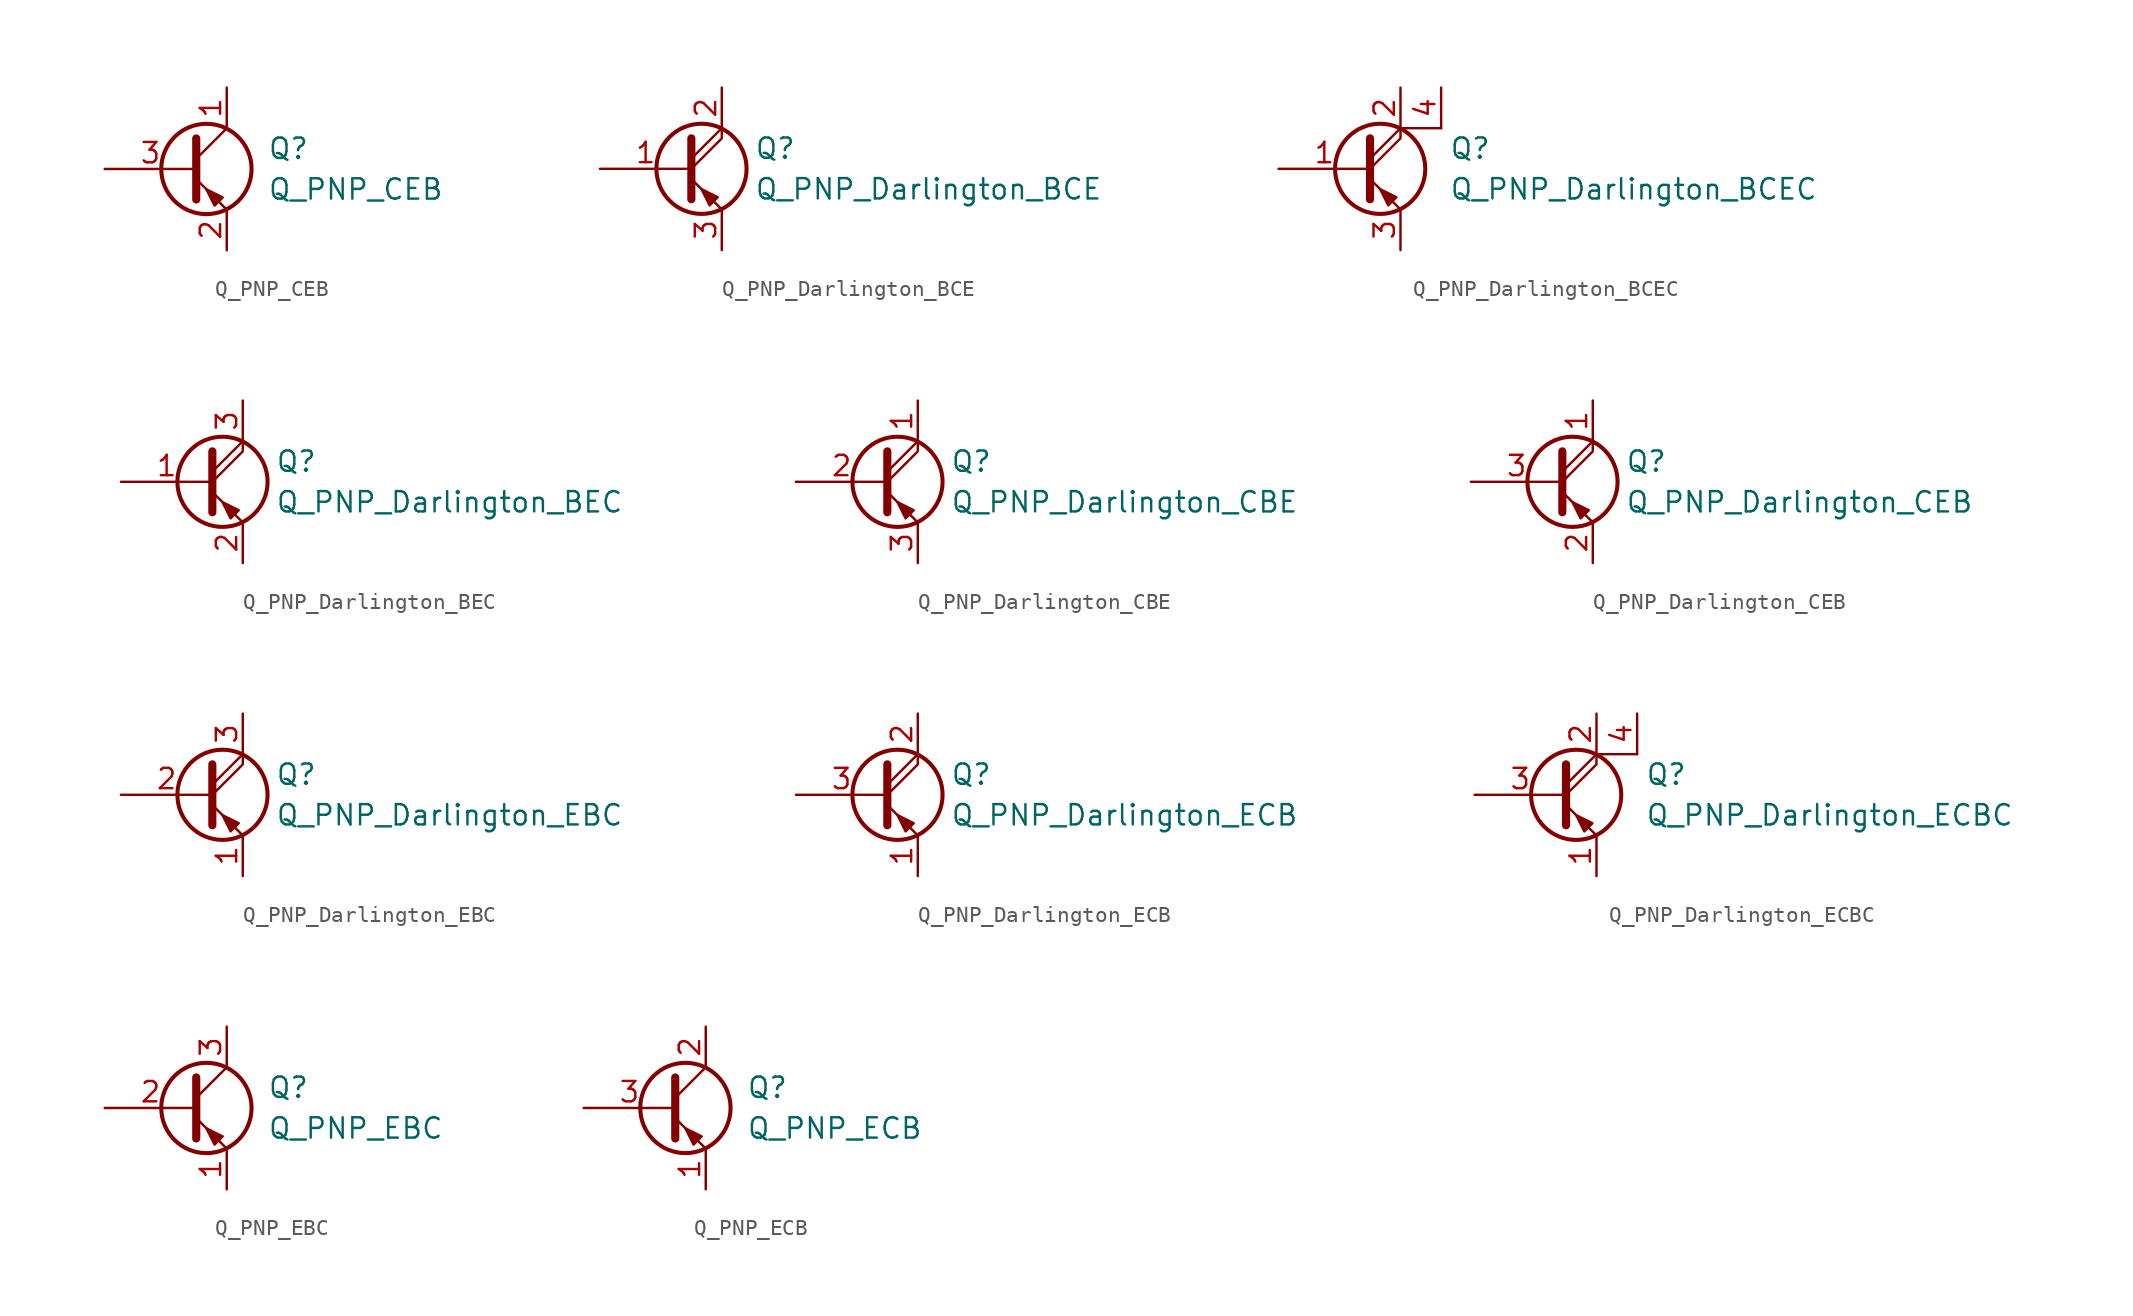
<source format=kicad_sym>
(kicad_symbol_lib
  (version 20241209)
  (generator "kicad_symbol_editor")
  (generator_version "9.0")
  (symbol "Q_PNP_CEB"
    (pin_names
      (offset 0)
      (hide yes))
    (property "Reference" "Q"
      (at 5.08 1.27 0)
      (effects (font (size 1.27 1.27)) (justify left)))
    (property "Value" "Q_PNP_CEB"
      (at 5.08 -1.27 0)
      (effects (font (size 1.27 1.27)) (justify left)))
    (symbol "Q_PNP_CEB_0_1"
      (polyline (pts (xy 0.635 1.905) (xy 0.635 -1.905) (xy 0.635 -1.905)) (stroke (width 0.508) (type solid)) (fill (type none)))
      (polyline (pts (xy 0.635 0.635) (xy 2.54 2.54)) (stroke (width 0) (type solid)) (fill (type none)))
      (polyline (pts (xy 0.635 -0.635) (xy 2.54 -2.54) (xy 2.54 -2.54)) (stroke (width 0) (type solid)) (fill (type none)))
      (circle (center 1.27 0) (radius 2.819) (stroke (width 0.254) (type solid)) (fill (type none)))
      (polyline (pts (xy 2.286 -1.778) (xy 1.778 -2.286) (xy 1.27 -1.27) (xy 2.286 -1.778) (xy 2.286 -1.778)) (stroke (width 0) (type solid)) (fill (type outline))))
    (symbol "Q_PNP_CEB_1_1"
      (pin input line (at -5.08 0 0) (length 5.715) (name "B" (effects (font (size 1.27 1.27)))) (number "3" (effects (font (size 1.27 1.27)))))
      (pin passive line (at 2.54 5.08 270) (length 2.54) (name "C" (effects (font (size 1.27 1.27)))) (number "1" (effects (font (size 1.27 1.27)))))
      (pin passive line (at 2.54 -5.08 90) (length 2.54) (name "E" (effects (font (size 1.27 1.27)))) (number "2" (effects (font (size 1.27 1.27)))))))
  (symbol "Q_PNP_Darlington_BCE"
    (pin_names
      (offset 0)
      (hide yes))
    (property "Reference" "Q"
      (at 4.572 1.27 0)
      (effects (font (size 1.27 1.27)) (justify left)))
    (property "Value" "Q_PNP_Darlington_BCE"
      (at 4.572 -1.27 0)
      (effects (font (size 1.27 1.27)) (justify left)))
    (symbol "Q_PNP_Darlington_BCE_0_1"
      (polyline (pts (xy 0.635 1.905) (xy 0.635 -1.905) (xy 0.635 -1.905)) (stroke (width 0.508) (type solid)) (fill (type none)))
      (polyline (pts (xy 0.635 0.635) (xy 2.54 2.54)) (stroke (width 0) (type solid)) (fill (type none)))
      (polyline (pts (xy 0.635 0) (xy 2.54 1.905) (xy 2.54 2.54)) (stroke (width 0) (type solid)) (fill (type none)))
      (polyline (pts (xy 0.635 -0.635) (xy 2.54 -2.54) (xy 2.54 -2.54)) (stroke (width 0) (type solid)) (fill (type none)))
      (circle (center 1.27 0) (radius 2.819) (stroke (width 0.254) (type solid)) (fill (type none)))
      (polyline (pts (xy 2.286 -1.778) (xy 1.778 -2.286) (xy 1.27 -1.27) (xy 2.286 -1.778) (xy 2.286 -1.778)) (stroke (width 0) (type solid)) (fill (type outline))))
    (symbol "Q_PNP_Darlington_BCE_1_1"
      (pin input line (at -5.08 0 0) (length 5.715) (name "B" (effects (font (size 1.27 1.27)))) (number "1" (effects (font (size 1.27 1.27)))))
      (pin passive line (at 2.54 5.08 270) (length 2.54) (name "C" (effects (font (size 1.27 1.27)))) (number "2" (effects (font (size 1.27 1.27)))))
      (pin passive line (at 2.54 -5.08 90) (length 2.54) (name "E" (effects (font (size 1.27 1.27)))) (number "3" (effects (font (size 1.27 1.27)))))))
  (symbol "Q_PNP_Darlington_BCEC"
    (pin_names
      (offset 0)
      (hide yes))
    (property "Reference" "Q"
      (at 5.588 1.27 0)
      (effects (font (size 1.27 1.27)) (justify left)))
    (property "Value" "Q_PNP_Darlington_BCEC"
      (at 5.588 -1.27 0)
      (effects (font (size 1.27 1.27)) (justify left)))
    (symbol "Q_PNP_Darlington_BCEC_0_1"
      (polyline (pts (xy 0.635 1.905) (xy 0.635 -1.905) (xy 0.635 -1.905)) (stroke (width 0.508) (type solid)) (fill (type none)))
      (polyline (pts (xy 0.635 0.635) (xy 2.54 2.54)) (stroke (width 0) (type solid)) (fill (type none)))
      (polyline (pts (xy 0.635 0) (xy 2.54 1.905) (xy 2.54 2.54)) (stroke (width 0) (type solid)) (fill (type none)))
      (polyline (pts (xy 0.635 -0.635) (xy 2.54 -2.54) (xy 2.54 -2.54)) (stroke (width 0) (type solid)) (fill (type none)))
      (circle (center 1.27 0) (radius 2.819) (stroke (width 0.254) (type solid)) (fill (type none)))
      (polyline (pts (xy 2.286 -1.778) (xy 1.778 -2.286) (xy 1.27 -1.27) (xy 2.286 -1.778) (xy 2.286 -1.778)) (stroke (width 0) (type solid)) (fill (type outline)))
      (polyline (pts (xy 5.08 2.54) (xy 2.54 2.54)) (stroke (width 0) (type solid)) (fill (type none))))
    (symbol "Q_PNP_Darlington_BCEC_1_1"
      (pin input line (at -5.08 0 0) (length 5.715) (name "B" (effects (font (size 1.27 1.27)))) (number "1" (effects (font (size 1.27 1.27)))))
      (pin passive line (at 2.54 5.08 270) (length 2.54) (name "C" (effects (font (size 1.27 1.27)))) (number "2" (effects (font (size 1.27 1.27)))))
      (pin passive line (at 2.54 -5.08 90) (length 2.54) (name "E" (effects (font (size 1.27 1.27)))) (number "3" (effects (font (size 1.27 1.27)))))
      (pin passive line (at 5.08 5.08 270) (length 2.54) (name "C" (effects (font (size 1.27 1.27)))) (number "4" (effects (font (size 1.27 1.27)))))))
  (symbol "Q_PNP_Darlington_BEC"
    (pin_names
      (offset 0)
      (hide yes))
    (property "Reference" "Q"
      (at 4.572 1.27 0)
      (effects (font (size 1.27 1.27)) (justify left)))
    (property "Value" "Q_PNP_Darlington_BEC"
      (at 4.572 -1.27 0)
      (effects (font (size 1.27 1.27)) (justify left)))
    (symbol "Q_PNP_Darlington_BEC_0_1"
      (polyline (pts (xy 0.635 1.905) (xy 0.635 -1.905) (xy 0.635 -1.905)) (stroke (width 0.508) (type solid)) (fill (type none)))
      (polyline (pts (xy 0.635 0.635) (xy 2.54 2.54)) (stroke (width 0) (type solid)) (fill (type none)))
      (polyline (pts (xy 0.635 0) (xy 2.54 1.905) (xy 2.54 2.54)) (stroke (width 0) (type solid)) (fill (type none)))
      (polyline (pts (xy 0.635 -0.635) (xy 2.54 -2.54) (xy 2.54 -2.54)) (stroke (width 0) (type solid)) (fill (type none)))
      (circle (center 1.27 0) (radius 2.819) (stroke (width 0.254) (type solid)) (fill (type none)))
      (polyline (pts (xy 2.286 -1.778) (xy 1.778 -2.286) (xy 1.27 -1.27) (xy 2.286 -1.778) (xy 2.286 -1.778)) (stroke (width 0) (type solid)) (fill (type outline))))
    (symbol "Q_PNP_Darlington_BEC_1_1"
      (pin input line (at -5.08 0 0) (length 5.715) (name "B" (effects (font (size 1.27 1.27)))) (number "1" (effects (font (size 1.27 1.27)))))
      (pin passive line (at 2.54 5.08 270) (length 2.54) (name "C" (effects (font (size 1.27 1.27)))) (number "3" (effects (font (size 1.27 1.27)))))
      (pin passive line (at 2.54 -5.08 90) (length 2.54) (name "E" (effects (font (size 1.27 1.27)))) (number "2" (effects (font (size 1.27 1.27)))))))
  (symbol "Q_PNP_Darlington_CBE"
    (pin_names
      (offset 0)
      (hide yes))
    (property "Reference" "Q"
      (at 4.572 1.27 0)
      (effects (font (size 1.27 1.27)) (justify left)))
    (property "Value" "Q_PNP_Darlington_CBE"
      (at 4.572 -1.27 0)
      (effects (font (size 1.27 1.27)) (justify left)))
    (symbol "Q_PNP_Darlington_CBE_0_1"
      (polyline (pts (xy 0.635 1.905) (xy 0.635 -1.905) (xy 0.635 -1.905)) (stroke (width 0.508) (type solid)) (fill (type none)))
      (polyline (pts (xy 0.635 0.635) (xy 2.54 2.54)) (stroke (width 0) (type solid)) (fill (type none)))
      (polyline (pts (xy 0.635 0) (xy 2.54 1.905) (xy 2.54 2.54)) (stroke (width 0) (type solid)) (fill (type none)))
      (polyline (pts (xy 0.635 -0.635) (xy 2.54 -2.54) (xy 2.54 -2.54)) (stroke (width 0) (type solid)) (fill (type none)))
      (circle (center 1.27 0) (radius 2.819) (stroke (width 0.254) (type solid)) (fill (type none)))
      (polyline (pts (xy 2.286 -1.778) (xy 1.778 -2.286) (xy 1.27 -1.27) (xy 2.286 -1.778) (xy 2.286 -1.778)) (stroke (width 0) (type solid)) (fill (type outline))))
    (symbol "Q_PNP_Darlington_CBE_1_1"
      (pin input line (at -5.08 0 0) (length 5.715) (name "B" (effects (font (size 1.27 1.27)))) (number "2" (effects (font (size 1.27 1.27)))))
      (pin passive line (at 2.54 5.08 270) (length 2.54) (name "C" (effects (font (size 1.27 1.27)))) (number "1" (effects (font (size 1.27 1.27)))))
      (pin passive line (at 2.54 -5.08 90) (length 2.54) (name "E" (effects (font (size 1.27 1.27)))) (number "3" (effects (font (size 1.27 1.27)))))))
  (symbol "Q_PNP_Darlington_CEB"
    (pin_names
      (offset 0)
      (hide yes))
    (property "Reference" "Q"
      (at 4.572 1.27 0)
      (effects (font (size 1.27 1.27)) (justify left)))
    (property "Value" "Q_PNP_Darlington_CEB"
      (at 4.572 -1.27 0)
      (effects (font (size 1.27 1.27)) (justify left)))
    (symbol "Q_PNP_Darlington_CEB_0_1"
      (polyline (pts (xy 0.635 1.905) (xy 0.635 -1.905) (xy 0.635 -1.905)) (stroke (width 0.508) (type solid)) (fill (type none)))
      (polyline (pts (xy 0.635 0.635) (xy 2.54 2.54)) (stroke (width 0) (type solid)) (fill (type none)))
      (polyline (pts (xy 0.635 0) (xy 2.54 1.905) (xy 2.54 2.54)) (stroke (width 0) (type solid)) (fill (type none)))
      (polyline (pts (xy 0.635 -0.635) (xy 2.54 -2.54) (xy 2.54 -2.54)) (stroke (width 0) (type solid)) (fill (type none)))
      (circle (center 1.27 0) (radius 2.819) (stroke (width 0.254) (type solid)) (fill (type none)))
      (polyline (pts (xy 2.286 -1.778) (xy 1.778 -2.286) (xy 1.27 -1.27) (xy 2.286 -1.778) (xy 2.286 -1.778)) (stroke (width 0) (type solid)) (fill (type outline))))
    (symbol "Q_PNP_Darlington_CEB_1_1"
      (pin input line (at -5.08 0 0) (length 5.715) (name "B" (effects (font (size 1.27 1.27)))) (number "3" (effects (font (size 1.27 1.27)))))
      (pin passive line (at 2.54 5.08 270) (length 2.54) (name "C" (effects (font (size 1.27 1.27)))) (number "1" (effects (font (size 1.27 1.27)))))
      (pin passive line (at 2.54 -5.08 90) (length 2.54) (name "E" (effects (font (size 1.27 1.27)))) (number "2" (effects (font (size 1.27 1.27)))))))
  (symbol "Q_PNP_Darlington_EBC"
    (pin_names
      (offset 0)
      (hide yes))
    (property "Reference" "Q"
      (at 4.572 1.27 0)
      (effects (font (size 1.27 1.27)) (justify left)))
    (property "Value" "Q_PNP_Darlington_EBC"
      (at 4.572 -1.27 0)
      (effects (font (size 1.27 1.27)) (justify left)))
    (symbol "Q_PNP_Darlington_EBC_0_1"
      (polyline (pts (xy 0.635 1.905) (xy 0.635 -1.905) (xy 0.635 -1.905)) (stroke (width 0.508) (type solid)) (fill (type none)))
      (polyline (pts (xy 0.635 0.635) (xy 2.54 2.54)) (stroke (width 0) (type solid)) (fill (type none)))
      (polyline (pts (xy 0.635 0) (xy 2.54 1.905) (xy 2.54 2.54)) (stroke (width 0) (type solid)) (fill (type none)))
      (polyline (pts (xy 0.635 -0.635) (xy 2.54 -2.54) (xy 2.54 -2.54)) (stroke (width 0) (type solid)) (fill (type none)))
      (circle (center 1.27 0) (radius 2.819) (stroke (width 0.254) (type solid)) (fill (type none)))
      (polyline (pts (xy 2.286 -1.778) (xy 1.778 -2.286) (xy 1.27 -1.27) (xy 2.286 -1.778) (xy 2.286 -1.778)) (stroke (width 0) (type solid)) (fill (type outline))))
    (symbol "Q_PNP_Darlington_EBC_1_1"
      (pin input line (at -5.08 0 0) (length 5.715) (name "B" (effects (font (size 1.27 1.27)))) (number "2" (effects (font (size 1.27 1.27)))))
      (pin passive line (at 2.54 5.08 270) (length 2.54) (name "C" (effects (font (size 1.27 1.27)))) (number "3" (effects (font (size 1.27 1.27)))))
      (pin passive line (at 2.54 -5.08 90) (length 2.54) (name "E" (effects (font (size 1.27 1.27)))) (number "1" (effects (font (size 1.27 1.27)))))))
  (symbol "Q_PNP_Darlington_ECB"
    (pin_names
      (offset 0)
      (hide yes))
    (property "Reference" "Q"
      (at 4.572 1.27 0)
      (effects (font (size 1.27 1.27)) (justify left)))
    (property "Value" "Q_PNP_Darlington_ECB"
      (at 4.572 -1.27 0)
      (effects (font (size 1.27 1.27)) (justify left)))
    (symbol "Q_PNP_Darlington_ECB_0_1"
      (polyline (pts (xy 0.635 1.905) (xy 0.635 -1.905) (xy 0.635 -1.905)) (stroke (width 0.508) (type solid)) (fill (type none)))
      (polyline (pts (xy 0.635 0.635) (xy 2.54 2.54)) (stroke (width 0) (type solid)) (fill (type none)))
      (polyline (pts (xy 0.635 0) (xy 2.54 1.905) (xy 2.54 2.54)) (stroke (width 0) (type solid)) (fill (type none)))
      (polyline (pts (xy 0.635 -0.635) (xy 2.54 -2.54) (xy 2.54 -2.54)) (stroke (width 0) (type solid)) (fill (type none)))
      (circle (center 1.27 0) (radius 2.819) (stroke (width 0.254) (type solid)) (fill (type none)))
      (polyline (pts (xy 2.286 -1.778) (xy 1.778 -2.286) (xy 1.27 -1.27) (xy 2.286 -1.778) (xy 2.286 -1.778)) (stroke (width 0) (type solid)) (fill (type outline))))
    (symbol "Q_PNP_Darlington_ECB_1_1"
      (pin input line (at -5.08 0 0) (length 5.715) (name "B" (effects (font (size 1.27 1.27)))) (number "3" (effects (font (size 1.27 1.27)))))
      (pin passive line (at 2.54 5.08 270) (length 2.54) (name "C" (effects (font (size 1.27 1.27)))) (number "2" (effects (font (size 1.27 1.27)))))
      (pin passive line (at 2.54 -5.08 90) (length 2.54) (name "E" (effects (font (size 1.27 1.27)))) (number "1" (effects (font (size 1.27 1.27)))))))
  (symbol "Q_PNP_Darlington_ECBC"
    (pin_names
      (offset 0)
      (hide yes))
    (property "Reference" "Q"
      (at 5.588 1.27 0)
      (effects (font (size 1.27 1.27)) (justify left)))
    (property "Value" "Q_PNP_Darlington_ECBC"
      (at 5.588 -1.27 0)
      (effects (font (size 1.27 1.27)) (justify left)))
    (symbol "Q_PNP_Darlington_ECBC_0_1"
      (polyline (pts (xy 0.635 1.905) (xy 0.635 -1.905) (xy 0.635 -1.905)) (stroke (width 0.508) (type solid)) (fill (type none)))
      (polyline (pts (xy 0.635 0.635) (xy 2.54 2.54)) (stroke (width 0) (type solid)) (fill (type none)))
      (polyline (pts (xy 0.635 0) (xy 2.54 1.905) (xy 2.54 2.54)) (stroke (width 0) (type solid)) (fill (type none)))
      (polyline (pts (xy 0.635 -0.635) (xy 2.54 -2.54) (xy 2.54 -2.54)) (stroke (width 0) (type solid)) (fill (type none)))
      (circle (center 1.27 0) (radius 2.819) (stroke (width 0.254) (type solid)) (fill (type none)))
      (polyline (pts (xy 2.286 -1.778) (xy 1.778 -2.286) (xy 1.27 -1.27) (xy 2.286 -1.778) (xy 2.286 -1.778)) (stroke (width 0) (type solid)) (fill (type outline)))
      (polyline (pts (xy 5.08 2.54) (xy 2.54 2.54)) (stroke (width 0) (type solid)) (fill (type none))))
    (symbol "Q_PNP_Darlington_ECBC_1_1"
      (pin input line (at -5.08 0 0) (length 5.715) (name "B" (effects (font (size 1.27 1.27)))) (number "3" (effects (font (size 1.27 1.27)))))
      (pin passive line (at 2.54 5.08 270) (length 2.54) (name "C" (effects (font (size 1.27 1.27)))) (number "2" (effects (font (size 1.27 1.27)))))
      (pin passive line (at 2.54 -5.08 90) (length 2.54) (name "E" (effects (font (size 1.27 1.27)))) (number "1" (effects (font (size 1.27 1.27)))))
      (pin passive line (at 5.08 5.08 270) (length 2.54) (name "C" (effects (font (size 1.27 1.27)))) (number "4" (effects (font (size 1.27 1.27)))))))
  (symbol "Q_PNP_EBC"
    (pin_names
      (offset 0)
      (hide yes))
    (property "Reference" "Q"
      (at 5.08 1.27 0)
      (effects (font (size 1.27 1.27)) (justify left)))
    (property "Value" "Q_PNP_EBC"
      (at 5.08 -1.27 0)
      (effects (font (size 1.27 1.27)) (justify left)))
    (symbol "Q_PNP_EBC_0_1"
      (polyline (pts (xy 0.635 1.905) (xy 0.635 -1.905) (xy 0.635 -1.905)) (stroke (width 0.508) (type solid)) (fill (type none)))
      (polyline (pts (xy 0.635 0.635) (xy 2.54 2.54)) (stroke (width 0) (type solid)) (fill (type none)))
      (polyline (pts (xy 0.635 -0.635) (xy 2.54 -2.54) (xy 2.54 -2.54)) (stroke (width 0) (type solid)) (fill (type none)))
      (circle (center 1.27 0) (radius 2.819) (stroke (width 0.254) (type solid)) (fill (type none)))
      (polyline (pts (xy 2.286 -1.778) (xy 1.778 -2.286) (xy 1.27 -1.27) (xy 2.286 -1.778) (xy 2.286 -1.778)) (stroke (width 0) (type solid)) (fill (type outline))))
    (symbol "Q_PNP_EBC_1_1"
      (pin input line (at -5.08 0 0) (length 5.715) (name "B" (effects (font (size 1.27 1.27)))) (number "2" (effects (font (size 1.27 1.27)))))
      (pin passive line (at 2.54 5.08 270) (length 2.54) (name "C" (effects (font (size 1.27 1.27)))) (number "3" (effects (font (size 1.27 1.27)))))
      (pin passive line (at 2.54 -5.08 90) (length 2.54) (name "E" (effects (font (size 1.27 1.27)))) (number "1" (effects (font (size 1.27 1.27)))))))
  (symbol "Q_PNP_ECB"
    (pin_names
      (offset 0)
      (hide yes))
    (property "Reference" "Q"
      (at 5.08 1.27 0)
      (effects (font (size 1.27 1.27)) (justify left)))
    (property "Value" "Q_PNP_ECB"
      (at 5.08 -1.27 0)
      (effects (font (size 1.27 1.27)) (justify left)))
    (symbol "Q_PNP_ECB_0_1"
      (polyline (pts (xy 0.635 1.905) (xy 0.635 -1.905) (xy 0.635 -1.905)) (stroke (width 0.508) (type solid)) (fill (type none)))
      (polyline (pts (xy 0.635 0.635) (xy 2.54 2.54)) (stroke (width 0) (type solid)) (fill (type none)))
      (polyline (pts (xy 0.635 -0.635) (xy 2.54 -2.54) (xy 2.54 -2.54)) (stroke (width 0) (type solid)) (fill (type none)))
      (circle (center 1.27 0) (radius 2.819) (stroke (width 0.254) (type solid)) (fill (type none)))
      (polyline (pts (xy 2.286 -1.778) (xy 1.778 -2.286) (xy 1.27 -1.27) (xy 2.286 -1.778) (xy 2.286 -1.778)) (stroke (width 0) (type solid)) (fill (type outline))))
    (symbol "Q_PNP_ECB_1_1"
      (pin input line (at -5.08 0 0) (length 5.715) (name "B" (effects (font (size 1.27 1.27)))) (number "3" (effects (font (size 1.27 1.27)))))
      (pin passive line (at 2.54 5.08 270) (length 2.54) (name "C" (effects (font (size 1.27 1.27)))) (number "2" (effects (font (size 1.27 1.27)))))
      (pin passive line (at 2.54 -5.08 90) (length 2.54) (name "E" (effects (font (size 1.27 1.27)))) (number "1" (effects (font (size 1.27 1.27))))))))
</source>
